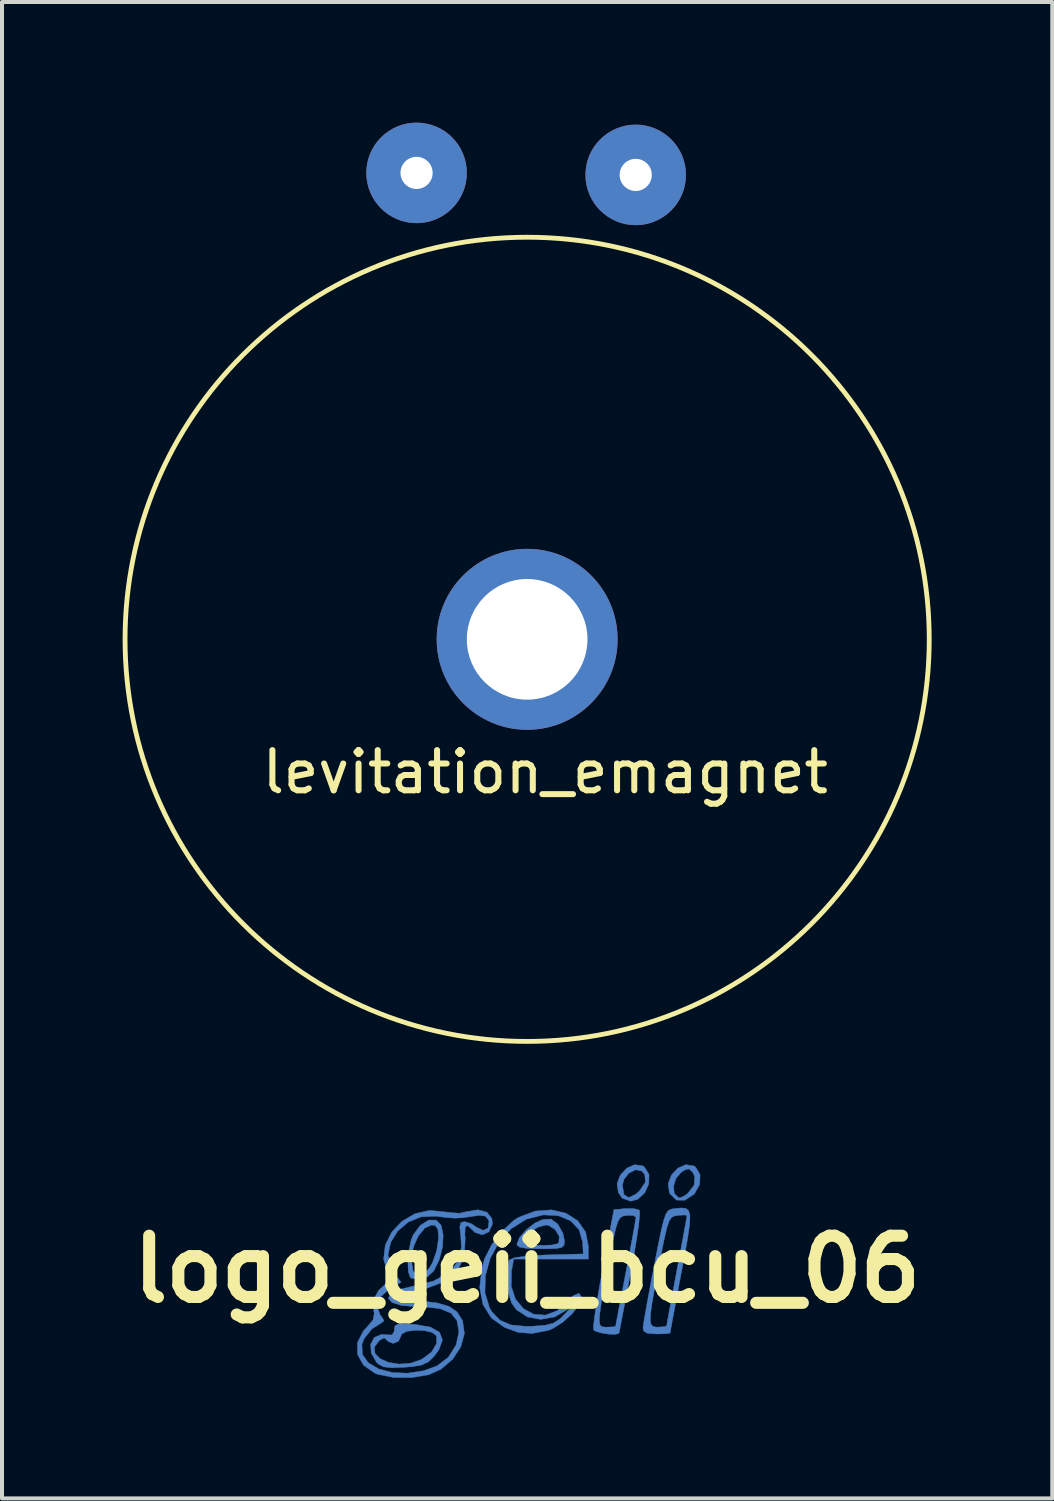
<source format=kicad_pcb>
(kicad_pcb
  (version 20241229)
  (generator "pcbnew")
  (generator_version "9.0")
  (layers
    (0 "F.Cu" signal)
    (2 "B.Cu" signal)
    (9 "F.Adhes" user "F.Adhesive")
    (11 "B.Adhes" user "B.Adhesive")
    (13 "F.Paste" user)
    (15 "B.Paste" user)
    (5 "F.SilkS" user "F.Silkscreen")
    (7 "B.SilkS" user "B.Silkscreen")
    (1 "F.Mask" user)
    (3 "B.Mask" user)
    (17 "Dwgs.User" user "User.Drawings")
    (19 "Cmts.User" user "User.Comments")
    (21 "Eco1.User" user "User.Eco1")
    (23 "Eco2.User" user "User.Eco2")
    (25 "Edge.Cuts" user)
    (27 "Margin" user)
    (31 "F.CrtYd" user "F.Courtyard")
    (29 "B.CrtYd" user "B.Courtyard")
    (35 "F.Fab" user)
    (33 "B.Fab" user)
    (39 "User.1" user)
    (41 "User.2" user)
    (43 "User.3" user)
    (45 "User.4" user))
  (footprint "levitation_emagnet"
    (layer "F.Cu")
    (at 10.06 12.85)
    (property "Reference" "levitation_emagnet" (at 0.45 3.3 0) (unlocked yes) (layer "F.SilkS") (effects (font (size 1 1) (thickness 0.15))))
    (attr smd)
    (fp_circle (center 0 0) (end 10 0) (stroke (width 0.12) (type default)) (fill no) (layer "F.SilkS"))
    (pad "" thru_hole circle (at 0 0) (size 4.5 4.5) (drill 3) (layers "*.Cu" "*.Mask"))
    (pad "1" thru_hole circle (at -2.75 -11.6) (size 2.5 2.5) (drill 0.8) (layers "*.Cu" "*.Mask"))
    (pad "2" thru_hole circle (at 2.7 -11.55) (size 2.5 2.5) (drill 0.8) (layers "*.Cu" "*.Mask")))
  (footprint "logo_geii_bcu_06"
    (layer "F.Cu")
    (at 10.058 28.516)
    (property "Reference" "logo_geii_bcu_06" (at 0 0 0) (layer "F.SilkS") (effects (font (size 1.524 1.524) (thickness 0.3))))
    (attr through_hole)
    (fp_poly (pts (xy 2.875 -2.571) (xy 2.925 -2.537) (xy 3.034 -2.352) (xy 3.027 -2.122) (xy 2.926 -1.901) (xy 2.754 -1.741) (xy 2.576 -1.693) (xy 2.369 -1.766) (xy 2.269 -1.907) (xy 2.246 -2.084) (xy 2.371 -2.084) (xy 2.41 -1.858) (xy 2.523 -1.783) (xy 2.698 -1.862) (xy 2.794 -1.947) (xy 2.944 -2.166) (xy 2.928 -2.355) (xy 2.852 -2.443) (xy 2.702 -2.475) (xy 2.536 -2.393) (xy 2.409 -2.236) (xy 2.371 -2.084) (xy 2.246 -2.084) (xy 2.239 -2.132) (xy 2.322 -2.346) (xy 2.48 -2.514) (xy 2.677 -2.601) (xy 2.875 -2.571)) (stroke (width 0.01) (type solid)) (fill yes) (layer "B.Cu"))
    (fp_poly (pts (xy 4.145 -2.571) (xy 4.195 -2.537) (xy 4.303 -2.349) (xy 4.293 -2.109) (xy 4.167 -1.882) (xy 4.149 -1.863) (xy 3.923 -1.716) (xy 3.715 -1.72) (xy 3.556 -1.875) (xy 3.539 -1.907) (xy 3.519 -2.061) (xy 3.643 -2.061) (xy 3.662 -1.886) (xy 3.76 -1.785) (xy 3.808 -1.778) (xy 3.911 -1.825) (xy 3.994 -1.884) (xy 4.154 -2.09) (xy 4.17 -2.308) (xy 4.122 -2.406) (xy 4.034 -2.495) (xy 3.931 -2.475) (xy 3.831 -2.41) (xy 3.7 -2.255) (xy 3.643 -2.061) (xy 3.519 -2.061) (xy 3.509 -2.132) (xy 3.592 -2.346) (xy 3.75 -2.514) (xy 3.947 -2.601) (xy 4.145 -2.571)) (stroke (width 0.01) (type solid)) (fill yes) (layer "B.Cu"))
    (fp_poly (pts (xy 0.755 -1.13) (xy 0.776 -1.104) (xy 0.893 -0.891) (xy 0.931 -0.71) (xy 0.921 -0.605) (xy 0.867 -0.544) (xy 0.732 -0.516) (xy 0.478 -0.508) (xy 0.339 -0.508) (xy 0.007 -0.517) (xy -0.181 -0.548) (xy -0.252 -0.606) (xy -0.254 -0.623) (xy -0.232 -0.677) (xy -0.085 -0.677) (xy -0.01 -0.631) (xy 0.172 -0.603) (xy 0.402 -0.593) (xy 0.62 -0.604) (xy 0.765 -0.637) (xy 0.789 -0.656) (xy 0.801 -0.818) (xy 0.703 -0.983) (xy 0.541 -1.089) (xy 0.468 -1.101) (xy 0.268 -1.046) (xy 0.07 -0.916) (xy -0.062 -0.758) (xy -0.085 -0.677) (xy -0.232 -0.677) (xy -0.187 -0.791) (xy -0.019 -0.983) (xy 0.196 -1.15) (xy 0.388 -1.237) (xy 0.594 -1.248) (xy 0.755 -1.13)) (stroke (width 0.01) (type solid)) (fill yes) (layer "B.Cu"))
    (fp_poly (pts (xy -2.259 -1.222) (xy -2.138 -1.092) (xy -2.086 -0.855) (xy -2.102 -0.555) (xy -2.183 -0.237) (xy -2.322 0.044) (xy -2.488 0.194) (xy -2.698 0.259) (xy -2.879 0.22) (xy -2.907 0.198) (xy -2.954 0.058) (xy -2.963 -0.183) (xy -2.958 -0.247) (xy -2.878 -0.247) (xy -2.839 0.032) (xy -2.736 0.162) (xy -2.59 0.14) (xy -2.425 -0.037) (xy -2.35 -0.17) (xy -2.248 -0.46) (xy -2.202 -0.764) (xy -2.201 -0.783) (xy -2.218 -0.996) (xy -2.282 -1.086) (xy -2.372 -1.101) (xy -2.543 -1.025) (xy -2.704 -0.829) (xy -2.825 -0.562) (xy -2.878 -0.272) (xy -2.878 -0.247) (xy -2.958 -0.247) (xy -2.938 -0.464) (xy -2.884 -0.723) (xy -2.835 -0.848) (xy -2.656 -1.091) (xy -2.445 -1.223) (xy -2.259 -1.222)) (stroke (width 0.01) (type solid)) (fill yes) (layer "B.Cu"))
    (fp_poly (pts (xy -2.787 1.372) (xy -2.405 1.438) (xy -2.177 1.567) (xy -2.105 1.756) (xy -2.192 2.002) (xy -2.317 2.171) (xy -2.456 2.304) (xy -2.621 2.382) (xy -2.868 2.423) (xy -3.058 2.438) (xy -3.371 2.449) (xy -3.566 2.427) (xy -3.693 2.361) (xy -3.747 2.309) (xy -3.876 2.084) (xy -3.885 1.939) (xy -3.799 1.939) (xy -3.782 2.094) (xy -3.654 2.225) (xy -3.444 2.317) (xy -3.181 2.359) (xy -2.895 2.337) (xy -2.623 2.243) (xy -2.376 2.06) (xy -2.248 1.845) (xy -2.253 1.657) (xy -2.358 1.572) (xy -2.556 1.525) (xy -2.787 1.516) (xy -2.994 1.545) (xy -3.119 1.613) (xy -3.133 1.654) (xy -3.195 1.788) (xy -3.329 1.845) (xy -3.457 1.796) (xy -3.473 1.775) (xy -3.553 1.705) (xy -3.669 1.767) (xy -3.677 1.773) (xy -3.799 1.939) (xy -3.885 1.939) (xy -3.889 1.866) (xy -3.799 1.697) (xy -3.622 1.621) (xy -3.523 1.628) (xy -3.359 1.634) (xy -3.304 1.547) (xy -3.302 1.502) (xy -3.287 1.41) (xy -3.214 1.365) (xy -3.047 1.357) (xy -2.787 1.372)) (stroke (width 0.01) (type solid)) (fill yes) (layer "B.Cu"))
    (fp_poly (pts (xy 2.658 -1.509) (xy 2.791 -1.472) (xy 2.796 -1.467) (xy 2.802 -1.365) (xy 2.778 -1.125) (xy 2.728 -0.775) (xy 2.656 -0.343) (xy 2.577 0.085) (xy 2.485 0.562) (xy 2.405 0.978) (xy 2.342 1.305) (xy 2.302 1.517) (xy 2.289 1.587) (xy 2.212 1.618) (xy 2.04 1.614) (xy 1.844 1.584) (xy 1.693 1.537) (xy 1.651 1.503) (xy 1.654 1.388) (xy 1.667 1.291) (xy 1.796 1.291) (xy 1.815 1.387) (xy 1.864 1.429) (xy 1.941 1.439) (xy 1.99 1.439) (xy 2.149 1.432) (xy 2.202 1.418) (xy 2.217 1.332) (xy 2.259 1.109) (xy 2.322 0.776) (xy 2.402 0.363) (xy 2.455 0.085) (xy 2.542 -0.368) (xy 2.616 -0.762) (xy 2.671 -1.067) (xy 2.703 -1.254) (xy 2.709 -1.297) (xy 2.637 -1.338) (xy 2.478 -1.339) (xy 2.388 -1.323) (xy 2.319 -1.283) (xy 2.262 -1.192) (xy 2.208 -1.025) (xy 2.146 -0.756) (xy 2.069 -0.361) (xy 2.016 -0.085) (xy 1.916 0.453) (xy 1.846 0.846) (xy 1.806 1.118) (xy 1.796 1.291) (xy 1.667 1.291) (xy 1.686 1.137) (xy 1.742 0.778) (xy 1.817 0.342) (xy 1.887 -0.042) (xy 2.16 -1.482) (xy 2.446 -1.509) (xy 2.658 -1.509)) (stroke (width 0.01) (type solid)) (fill yes) (layer "B.Cu"))
    (fp_poly (pts (xy 3.949 -1.513) (xy 4.021 -1.455) (xy 4.051 -1.328) (xy 4.042 -1.111) (xy 3.995 -0.784) (xy 3.913 -0.325) (xy 3.841 0.056) (xy 3.75 0.539) (xy 3.672 0.96) (xy 3.61 1.292) (xy 3.57 1.511) (xy 3.556 1.587) (xy 3.481 1.601) (xy 3.293 1.608) (xy 3.217 1.609) (xy 2.993 1.593) (xy 2.896 1.533) (xy 2.883 1.46) (xy 2.901 1.331) (xy 2.909 1.279) (xy 3.064 1.279) (xy 3.087 1.381) (xy 3.142 1.427) (xy 3.227 1.439) (xy 3.26 1.439) (xy 3.419 1.428) (xy 3.471 1.408) (xy 3.486 1.318) (xy 3.527 1.091) (xy 3.59 0.754) (xy 3.668 0.337) (xy 3.725 0.032) (xy 3.81 -0.422) (xy 3.884 -0.814) (xy 3.939 -1.116) (xy 3.972 -1.298) (xy 3.979 -1.339) (xy 3.907 -1.35) (xy 3.748 -1.339) (xy 3.656 -1.323) (xy 3.586 -1.281) (xy 3.528 -1.187) (xy 3.473 -1.016) (xy 3.409 -0.742) (xy 3.328 -0.338) (xy 3.287 -0.127) (xy 3.183 0.419) (xy 3.111 0.82) (xy 3.072 1.1) (xy 3.064 1.279) (xy 2.909 1.279) (xy 2.945 1.066) (xy 3.012 0.697) (xy 3.094 0.255) (xy 3.16 -0.085) (xy 3.259 -0.596) (xy 3.336 -0.964) (xy 3.397 -1.215) (xy 3.451 -1.37) (xy 3.508 -1.455) (xy 3.575 -1.493) (xy 3.661 -1.508) (xy 3.67 -1.509) (xy 3.833 -1.524) (xy 3.949 -1.513)) (stroke (width 0.01) (type solid)) (fill yes) (layer "B.Cu"))
    (fp_poly (pts (xy 0.969 -1.393) (xy 1.262 -1.205) (xy 1.456 -0.926) (xy 1.524 -0.581) (xy 1.524 -0.254) (xy -0.331 -0.254) (xy -0.386 0.037) (xy -0.395 0.423) (xy -0.287 0.743) (xy -0.09 0.98) (xy 0.167 1.119) (xy 0.457 1.141) (xy 0.751 1.03) (xy 0.97 0.836) (xy 1.156 0.653) (xy 1.29 0.598) (xy 1.352 0.679) (xy 1.355 0.717) (xy 1.288 0.896) (xy 1.116 1.111) (xy 0.886 1.318) (xy 0.642 1.474) (xy 0.522 1.521) (xy 0.125 1.597) (xy -0.218 1.57) (xy -0.557 1.448) (xy -0.889 1.212) (xy -1.098 0.874) (xy -1.153 0.586) (xy -1.047 0.586) (xy -0.931 0.966) (xy -0.877 1.055) (xy -0.673 1.268) (xy -0.4 1.385) (xy -0.02 1.421) (xy 0.151 1.416) (xy 0.459 1.391) (xy 0.661 1.338) (xy 0.821 1.232) (xy 0.955 1.099) (xy 1.07 0.97) (xy 1.077 0.945) (xy 1.012 0.996) (xy 0.69 1.185) (xy 0.341 1.247) (xy 0.009 1.186) (xy -0.264 1.007) (xy -0.385 0.839) (xy -0.461 0.602) (xy -0.501 0.302) (xy -0.499 0.01) (xy -0.454 -0.204) (xy -0.44 -0.23) (xy -0.317 -0.286) (xy -0.033 -0.327) (xy 0.406 -0.353) (xy 0.511 -0.357) (xy 1.397 -0.381) (xy 1.382 -0.676) (xy 1.294 -0.983) (xy 1.081 -1.206) (xy 0.775 -1.333) (xy 0.405 -1.352) (xy -0.000408 -1.25) (xy -0.024 -1.241) (xy -0.396 -1.008) (xy -0.698 -0.672) (xy -0.917 -0.27) (xy -1.037 0.162) (xy -1.047 0.586) (xy -1.153 0.586) (xy -1.178 0.453) (xy -1.124 -0.033) (xy -1.055 -0.264) (xy -0.879 -0.611) (xy -0.618 -0.951) (xy -0.326 -1.218) (xy -0.214 -1.29) (xy 0.202 -1.447) (xy 0.606 -1.477) (xy 0.969 -1.393)) (stroke (width 0.01) (type solid)) (fill yes) (layer "B.Cu"))
    (fp_poly (pts (xy -0.998 -1.418) (xy -0.874 -1.262) (xy -0.862 -1.122) (xy -0.948 -0.931) (xy -1.111 -0.855) (xy -1.293 -0.914) (xy -1.351 -0.97) (xy -1.474 -1.085) (xy -1.537 -1.054) (xy -1.547 -0.87) (xy -1.538 -0.759) (xy -1.563 -0.315) (xy -1.731 0.039) (xy -2.042 0.302) (xy -2.495 0.473) (xy -2.686 0.512) (xy -2.96 0.555) (xy -3.164 0.584) (xy -3.239 0.592) (xy -3.301 0.656) (xy -3.302 0.665) (xy -3.224 0.706) (xy -3.019 0.747) (xy -2.728 0.781) (xy -2.678 0.785) (xy -2.24 0.837) (xy -1.938 0.924) (xy -1.739 1.063) (xy -1.61 1.267) (xy -1.603 1.284) (xy -1.558 1.597) (xy -1.648 1.928) (xy -1.85 2.237) (xy -2.138 2.485) (xy -2.445 2.623) (xy -2.872 2.694) (xy -3.316 2.691) (xy -3.703 2.616) (xy -3.782 2.586) (xy -4.067 2.387) (xy -4.215 2.121) (xy -4.218 1.868) (xy -4.108 1.868) (xy -4.095 2.121) (xy -3.946 2.328) (xy -3.689 2.479) (xy -3.355 2.568) (xy -2.972 2.585) (xy -2.569 2.523) (xy -2.24 2.404) (xy -1.957 2.188) (xy -1.762 1.877) (xy -1.695 1.553) (xy -1.742 1.28) (xy -1.892 1.092) (xy -2.162 0.98) (xy -2.57 0.934) (xy -2.736 0.931) (xy -3.119 0.902) (xy -3.359 0.827) (xy -3.45 0.723) (xy -3.389 0.608) (xy -3.172 0.5) (xy -2.858 0.427) (xy -2.329 0.294) (xy -1.951 0.091) (xy -1.721 -0.187) (xy -1.632 -0.545) (xy -1.648 -0.815) (xy -1.673 -1.047) (xy -1.65 -1.156) (xy -1.567 -1.185) (xy -1.557 -1.185) (xy -1.382 -1.131) (xy -1.254 -1.043) (xy -1.089 -0.967) (xy -0.971 -1.022) (xy -0.947 -1.178) (xy -0.963 -1.231) (xy -1.038 -1.322) (xy -1.195 -1.338) (xy -1.334 -1.32) (xy -1.599 -1.281) (xy -1.812 -1.271) (xy -2.055 -1.292) (xy -2.262 -1.32) (xy -2.629 -1.306) (xy -2.954 -1.173) (xy -3.215 -0.951) (xy -3.391 -0.671) (xy -3.459 -0.361) (xy -3.398 -0.051) (xy -3.302 0.107) (xy -3.133 0.322) (xy -3.429 0.497) (xy -3.653 0.694) (xy -3.731 0.918) (xy -3.654 1.138) (xy -3.619 1.179) (xy -3.557 1.28) (xy -3.618 1.33) (xy -3.865 1.489) (xy -4.055 1.731) (xy -4.108 1.868) (xy -4.218 1.868) (xy -4.219 1.825) (xy -4.072 1.536) (xy -3.992 1.451) (xy -3.828 1.257) (xy -3.8 1.093) (xy -3.81 1.059) (xy -3.832 0.777) (xy -3.69 0.524) (xy -3.582 0.426) (xy -3.445 0.288) (xy -3.436 0.162) (xy -3.466 0.095) (xy -3.567 -0.253) (xy -3.526 -0.6) (xy -3.367 -0.922) (xy -3.113 -1.191) (xy -2.789 -1.381) (xy -2.421 -1.464) (xy -2.069 -1.427) (xy -1.683 -1.391) (xy -1.514 -1.43) (xy -1.222 -1.479) (xy -0.998 -1.418)) (stroke (width 0.01) (type solid)) (fill yes) (layer "B.Cu")))
  (gr_rect
    (start -3 -3)
    (end 23.12 34.215)
    (stroke (width 0.1) (type default))
    (fill no)
    (layer "Edge.Cuts")))
</source>
